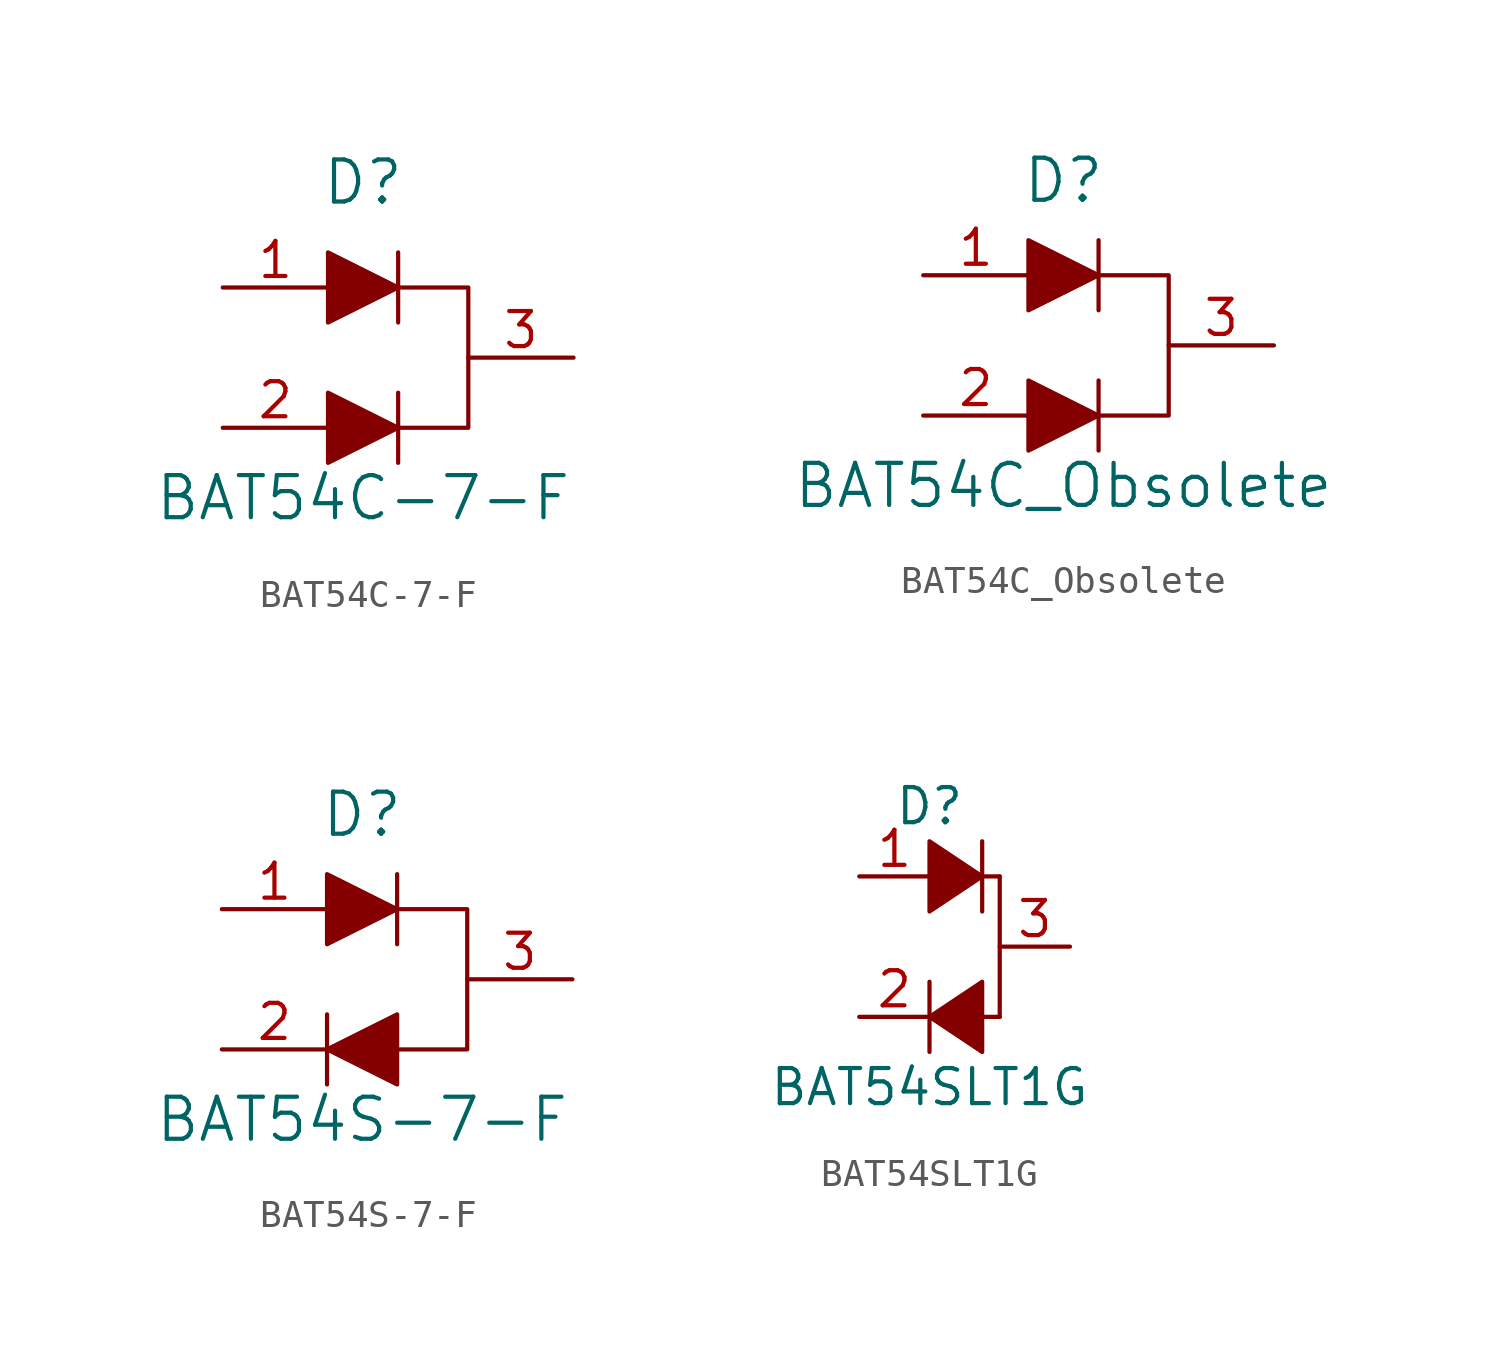
<source format=kicad_sym>
(kicad_symbol_lib
  (version 20220914)
  (generator kicad_symbol_editor)
  (symbol "BAT54C-7-F"
    (pin_names
      (offset 0.025))
    (property "Reference" "D"
      (at 0 6.35 0)
      (effects (font (size 1.524 1.524))))
    (property "Value" "BAT54C-7-F"
      (at 0 -5.08 0)
      (effects (font (size 1.524 1.524))))
    (symbol "BAT54C-7-F_0_1"
      (polyline (pts (xy 1.27 -1.27) (xy 1.27 -3.81)) (stroke (width 0) (type default)) (fill (type none)))
      (polyline (pts (xy 1.27 1.27) (xy 1.27 3.81)) (stroke (width 0) (type default)) (fill (type none)))
      (polyline (pts (xy -1.27 -1.27) (xy -1.27 -3.81) (xy 1.27 -2.54) (xy -1.27 -1.27)) (stroke (width 0) (type default)) (fill (type outline)))
      (polyline (pts (xy -1.27 3.81) (xy -1.27 1.27) (xy 1.27 2.54) (xy -1.27 3.81)) (stroke (width 0) (type default)) (fill (type outline))))
    (symbol "BAT54C-7-F_1_1"
      (polyline (pts (xy 1.27 2.54) (xy 3.81 2.54) (xy 3.81 -2.54) (xy 1.27 -2.54)) (stroke (width 0) (type default)) (fill (type none)))
      (pin passive line (at -5.08 2.54 0) (length 3.81) (name "~" (effects (font (size 1.27 1.27)))) (number "1" (effects (font (size 1.27 1.27)))))
      (pin passive line (at -5.08 -2.54 0) (length 3.81) (name "~" (effects (font (size 1.27 1.27)))) (number "2" (effects (font (size 1.27 1.27)))))
      (pin passive line (at 7.62 0 180) (length 3.81) (name "~" (effects (font (size 1.27 1.27)))) (number "3" (effects (font (size 1.27 1.27)))))))
  (symbol "BAT54C_Obsolete"
    (pin_names
      (offset 0.025))
    (property "Reference" "D"
      (at 0 5.08 0)
      (effects (font (size 1.524 1.524)) (justify bottom)))
    (property "Value" "BAT54C_Obsolete"
      (at 0 -5.08 0)
      (effects (font (size 1.524 1.524))))
    (symbol "BAT54C_Obsolete_0_1"
      (polyline (pts (xy 1.27 -1.27) (xy 1.27 -3.81)) (stroke (width 0) (type default)) (fill (type none)))
      (polyline (pts (xy 1.27 1.27) (xy 1.27 3.81)) (stroke (width 0) (type default)) (fill (type none)))
      (polyline (pts (xy -1.27 -1.27) (xy -1.27 -3.81) (xy 1.27 -2.54) (xy -1.27 -1.27)) (stroke (width 0) (type default)) (fill (type outline)))
      (polyline (pts (xy -1.27 3.81) (xy -1.27 1.27) (xy 1.27 2.54) (xy -1.27 3.81)) (stroke (width 0) (type default)) (fill (type outline))))
    (symbol "BAT54C_Obsolete_1_1"
      (polyline (pts (xy 1.27 2.54) (xy 3.81 2.54) (xy 3.81 -2.54) (xy 1.27 -2.54)) (stroke (width 0) (type default)) (fill (type none)))
      (pin passive line (at -5.08 2.54 0) (length 3.81) (name "~" (effects (font (size 1.27 1.27)))) (number "1" (effects (font (size 1.27 1.27)))))
      (pin passive line (at -5.08 -2.54 0) (length 3.81) (name "~" (effects (font (size 1.27 1.27)))) (number "2" (effects (font (size 1.27 1.27)))))
      (pin passive line (at 7.62 0 180) (length 3.81) (name "~" (effects (font (size 1.27 1.27)))) (number "3" (effects (font (size 1.27 1.27)))))))
  (symbol "BAT54S-7-F"
    (pin_names
      (offset 1.016))
    (property "Reference" "D"
      (at 0 5.08 0)
      (effects (font (size 1.524 1.524)) (justify bottom)))
    (property "Value" "BAT54S-7-F"
      (at 0 -5.08 0)
      (effects (font (size 1.524 1.524))))
    (symbol "BAT54S-7-F_0_1"
      (polyline (pts (xy -1.27 -1.27) (xy -1.27 -3.81)) (stroke (width 0) (type default)) (fill (type none)))
      (polyline (pts (xy 1.27 3.81) (xy 1.27 1.27)) (stroke (width 0) (type default)) (fill (type none)))
      (polyline (pts (xy -1.27 3.81) (xy -1.27 1.27) (xy 1.27 2.54) (xy -1.27 3.81)) (stroke (width 0) (type default)) (fill (type outline)))
      (polyline (pts (xy 1.27 -1.27) (xy 1.27 -3.81) (xy -1.27 -2.54) (xy 1.27 -1.27)) (stroke (width 0) (type default)) (fill (type outline))))
    (symbol "BAT54S-7-F_1_1"
      (polyline (pts (xy 1.27 2.54) (xy 3.81 2.54) (xy 3.81 -2.54) (xy 1.27 -2.54)) (stroke (width 0) (type default)) (fill (type none)))
      (pin passive line (at -5.08 2.54 0) (length 3.81) (name "~" (effects (font (size 1.27 1.27)))) (number "1" (effects (font (size 1.27 1.27)))))
      (pin passive line (at -5.08 -2.54 0) (length 3.81) (name "~" (effects (font (size 1.27 1.27)))) (number "2" (effects (font (size 1.27 1.27)))))
      (pin passive line (at 7.62 0 180) (length 3.81) (name "~" (effects (font (size 1.27 1.27)))) (number "3" (effects (font (size 1.27 1.27)))))))
  (symbol "BAT54SLT1G"
    (pin_names
      (offset 1.016))
    (property "Reference" "D"
      (at 0 5.08 0)
      (effects (font (size 1.27 1.27))))
    (property "Value" "BAT54SLT1G"
      (at 0 -5.08 0)
      (effects (font (size 1.27 1.27))))
    (symbol "BAT54SLT1G_0_1"
      (polyline (pts (xy 0 -1.27) (xy 0 -3.81)) (stroke (width 0) (type default)) (fill (type none)))
      (polyline (pts (xy 1.905 1.27) (xy 1.905 3.81)) (stroke (width 0) (type default)) (fill (type none)))
      (polyline (pts (xy 2.54 -2.54) (xy 1.905 -2.54)) (stroke (width 0) (type default)) (fill (type none)))
      (polyline (pts (xy 2.54 -2.54) (xy 2.54 2.54)) (stroke (width 0) (type default)) (fill (type none)))
      (polyline (pts (xy 2.54 2.54) (xy 1.905 2.54)) (stroke (width 0) (type default)) (fill (type none)))
      (polyline (pts (xy 0 1.27) (xy 0 3.81) (xy 1.905 2.54) (xy 0 1.27)) (stroke (width 0) (type default)) (fill (type outline)))
      (polyline (pts (xy 1.905 -3.81) (xy 1.905 -1.27) (xy 0 -2.54) (xy 1.905 -3.81)) (stroke (width 0) (type default)) (fill (type outline))))
    (symbol "BAT54SLT1G_1_1"
      (pin passive line (at -2.54 2.54 0) (length 2.54) (name "~" (effects (font (size 1.27 1.27)))) (number "1" (effects (font (size 1.27 1.27)))))
      (pin passive line (at -2.54 -2.54 0) (length 2.54) (name "~" (effects (font (size 1.27 1.27)))) (number "2" (effects (font (size 1.27 1.27)))))
      (pin passive line (at 5.08 0 180) (length 2.54) (name "~" (effects (font (size 1.27 1.27)))) (number "3" (effects (font (size 1.27 1.27))))))))
</source>
